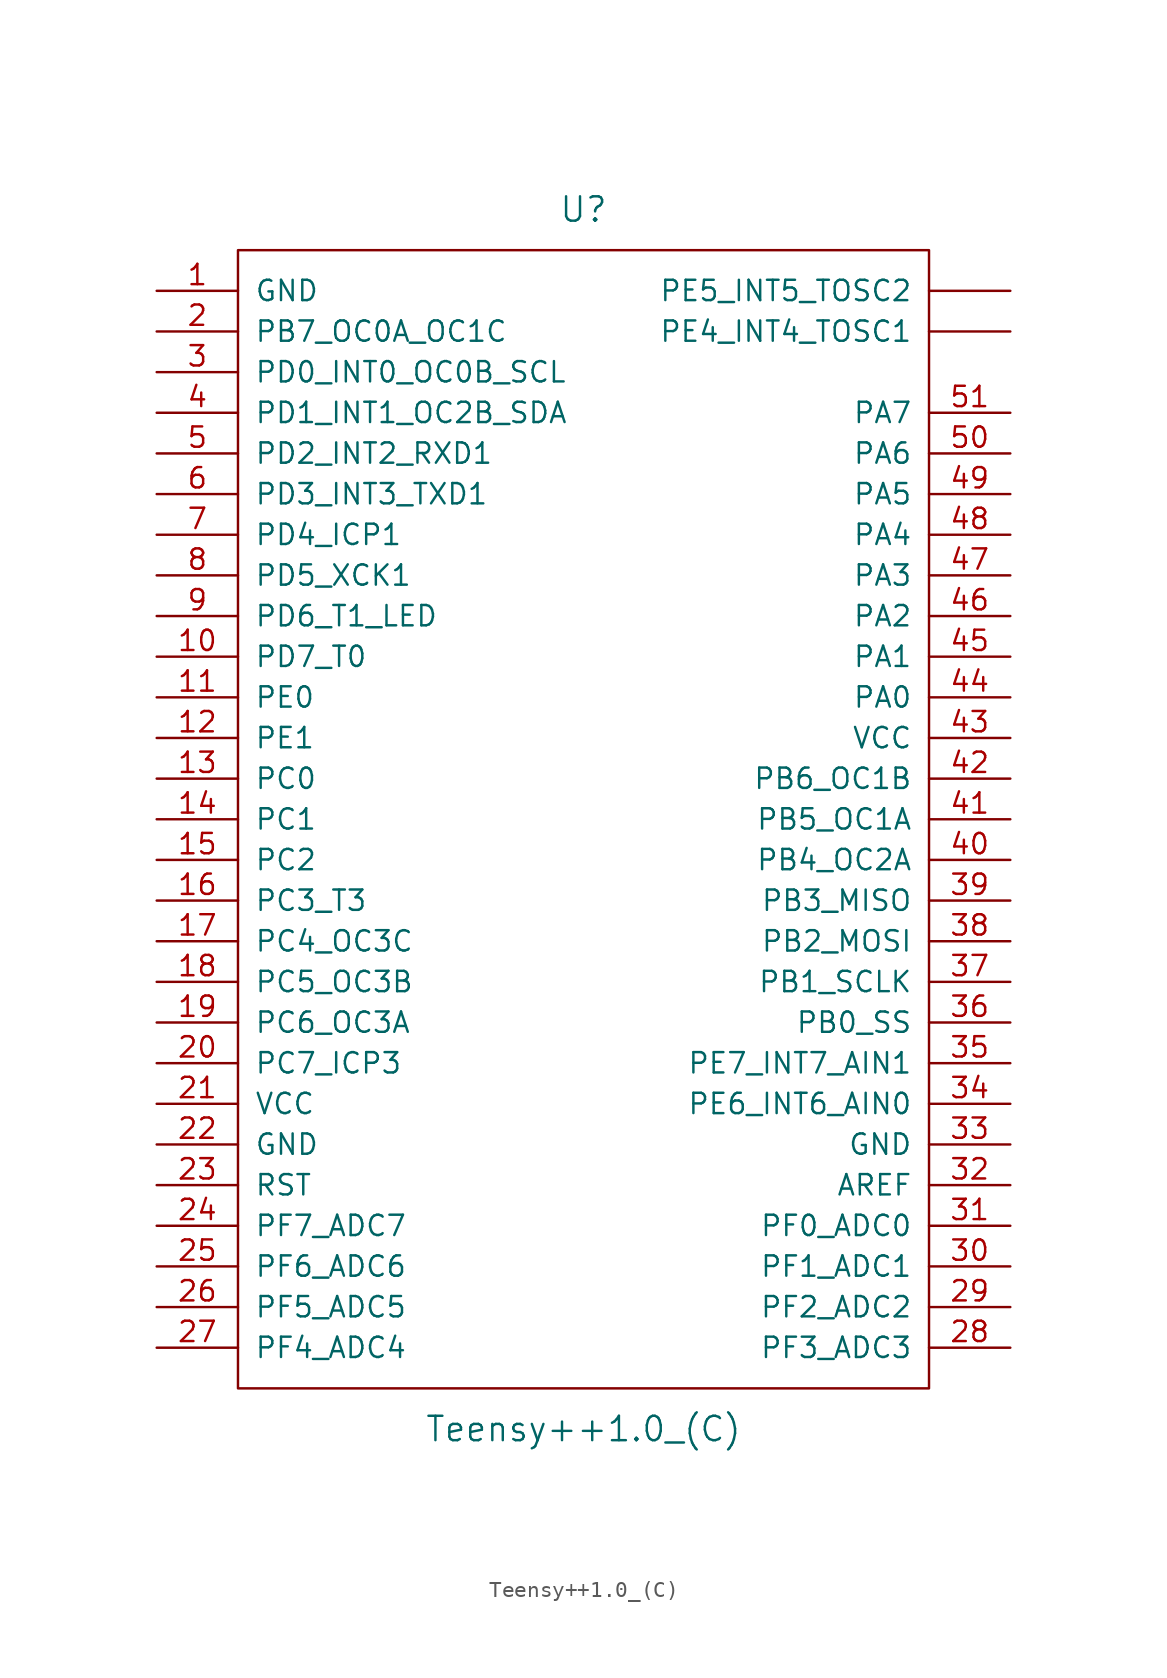
<source format=kicad_sym>
(kicad_symbol_lib
  (version 20241209)
  (generator "kicad_symbol_editor")
  (generator_version "9.0")
  (symbol "Teensy++1.0_(C)"
    (pin_names
      (offset 1.016))
    (property "Reference" "U"
      (at 0 38.1 0)
      (effects (font (size 1.524 1.524))))
    (property "Value" "Teensy++1.0_(C)"
      (at 0 -38.1 0)
      (effects (font (size 1.524 1.524))))
    (property "Footprint" ""
      (at 2.54 -20.32 0)
      (effects (font (size 1.524 1.524))))
    (property "Datasheet" ""
      (at 2.54 -20.32 0)
      (effects (font (size 1.524 1.524))))
    (symbol "Teensy++1.0_(C)_0_1"
      (rectangle (start -21.59 35.56) (end 21.59 -35.56) (stroke (width 0) (type solid)) (fill (type none))))
    (symbol "Teensy++1.0_(C)_1_1"
      (pin power_in line (at -26.67 33.02 0) (length 5.08) (name "GND" (effects (font (size 1.27 1.27)))) (number "1" (effects (font (size 1.27 1.27)))))
      (pin bidirectional line (at -26.67 30.48 0) (length 5.08) (name "PB7_OC0A_OC1C" (effects (font (size 1.27 1.27)))) (number "2" (effects (font (size 1.27 1.27)))))
      (pin bidirectional line (at -26.67 27.94 0) (length 5.08) (name "PD0_INT0_OC0B_SCL" (effects (font (size 1.27 1.27)))) (number "3" (effects (font (size 1.27 1.27)))))
      (pin bidirectional line (at -26.67 25.4 0) (length 5.08) (name "PD1_INT1_OC2B_SDA" (effects (font (size 1.27 1.27)))) (number "4" (effects (font (size 1.27 1.27)))))
      (pin bidirectional line (at -26.67 22.86 0) (length 5.08) (name "PD2_INT2_RXD1" (effects (font (size 1.27 1.27)))) (number "5" (effects (font (size 1.27 1.27)))))
      (pin bidirectional line (at -26.67 20.32 0) (length 5.08) (name "PD3_INT3_TXD1" (effects (font (size 1.27 1.27)))) (number "6" (effects (font (size 1.27 1.27)))))
      (pin bidirectional line (at -26.67 17.78 0) (length 5.08) (name "PD4_ICP1" (effects (font (size 1.27 1.27)))) (number "7" (effects (font (size 1.27 1.27)))))
      (pin bidirectional line (at -26.67 15.24 0) (length 5.08) (name "PD5_XCK1" (effects (font (size 1.27 1.27)))) (number "8" (effects (font (size 1.27 1.27)))))
      (pin bidirectional line (at -26.67 12.7 0) (length 5.08) (name "PD6_T1_LED" (effects (font (size 1.27 1.27)))) (number "9" (effects (font (size 1.27 1.27)))))
      (pin bidirectional line (at -26.67 10.16 0) (length 5.08) (name "PD7_T0" (effects (font (size 1.27 1.27)))) (number "10" (effects (font (size 1.27 1.27)))))
      (pin bidirectional line (at -26.67 7.62 0) (length 5.08) (name "PE0" (effects (font (size 1.27 1.27)))) (number "11" (effects (font (size 1.27 1.27)))))
      (pin bidirectional line (at -26.67 5.08 0) (length 5.08) (name "PE1" (effects (font (size 1.27 1.27)))) (number "12" (effects (font (size 1.27 1.27)))))
      (pin bidirectional line (at -26.67 2.54 0) (length 5.08) (name "PC0" (effects (font (size 1.27 1.27)))) (number "13" (effects (font (size 1.27 1.27)))))
      (pin bidirectional line (at -26.67 0 0) (length 5.08) (name "PC1" (effects (font (size 1.27 1.27)))) (number "14" (effects (font (size 1.27 1.27)))))
      (pin bidirectional line (at -26.67 -2.54 0) (length 5.08) (name "PC2" (effects (font (size 1.27 1.27)))) (number "15" (effects (font (size 1.27 1.27)))))
      (pin bidirectional line (at -26.67 -5.08 0) (length 5.08) (name "PC3_T3" (effects (font (size 1.27 1.27)))) (number "16" (effects (font (size 1.27 1.27)))))
      (pin bidirectional line (at -26.67 -7.62 0) (length 5.08) (name "PC4_OC3C" (effects (font (size 1.27 1.27)))) (number "17" (effects (font (size 1.27 1.27)))))
      (pin bidirectional line (at -26.67 -10.16 0) (length 5.08) (name "PC5_OC3B" (effects (font (size 1.27 1.27)))) (number "18" (effects (font (size 1.27 1.27)))))
      (pin bidirectional line (at -26.67 -12.7 0) (length 5.08) (name "PC6_OC3A" (effects (font (size 1.27 1.27)))) (number "19" (effects (font (size 1.27 1.27)))))
      (pin bidirectional line (at -26.67 -15.24 0) (length 5.08) (name "PC7_ICP3" (effects (font (size 1.27 1.27)))) (number "20" (effects (font (size 1.27 1.27)))))
      (pin power_in line (at -26.67 -17.78 0) (length 5.08) (name "VCC" (effects (font (size 1.27 1.27)))) (number "21" (effects (font (size 1.27 1.27)))))
      (pin power_in line (at -26.67 -20.32 0) (length 5.08) (name "GND" (effects (font (size 1.27 1.27)))) (number "22" (effects (font (size 1.27 1.27)))))
      (pin input line (at -26.67 -22.86 0) (length 5.08) (name "RST" (effects (font (size 1.27 1.27)))) (number "23" (effects (font (size 1.27 1.27)))))
      (pin bidirectional line (at -26.67 -25.4 0) (length 5.08) (name "PF7_ADC7" (effects (font (size 1.27 1.27)))) (number "24" (effects (font (size 1.27 1.27)))))
      (pin bidirectional line (at -26.67 -27.94 0) (length 5.08) (name "PF6_ADC6" (effects (font (size 1.27 1.27)))) (number "25" (effects (font (size 1.27 1.27)))))
      (pin bidirectional line (at -26.67 -30.48 0) (length 5.08) (name "PF5_ADC5" (effects (font (size 1.27 1.27)))) (number "26" (effects (font (size 1.27 1.27)))))
      (pin bidirectional line (at -26.67 -33.02 0) (length 5.08) (name "PF4_ADC4" (effects (font (size 1.27 1.27)))) (number "27" (effects (font (size 1.27 1.27)))))
      (pin bidirectional line (at 26.67 33.02 180) (length 5.08) (name "PE5_INT5_TOSC2" (effects (font (size 1.27 1.27)))) (number "~" (effects (font (size 1.27 1.27)))))
      (pin bidirectional line (at 26.67 30.48 180) (length 5.08) (name "PE4_INT4_TOSC1" (effects (font (size 1.27 1.27)))) (number "~" (effects (font (size 1.27 1.27)))))
      (pin bidirectional line (at 26.67 25.4 180) (length 5.08) (name "PA7" (effects (font (size 1.27 1.27)))) (number "51" (effects (font (size 1.27 1.27)))))
      (pin bidirectional line (at 26.67 22.86 180) (length 5.08) (name "PA6" (effects (font (size 1.27 1.27)))) (number "50" (effects (font (size 1.27 1.27)))))
      (pin bidirectional line (at 26.67 20.32 180) (length 5.08) (name "PA5" (effects (font (size 1.27 1.27)))) (number "49" (effects (font (size 1.27 1.27)))))
      (pin bidirectional line (at 26.67 17.78 180) (length 5.08) (name "PA4" (effects (font (size 1.27 1.27)))) (number "48" (effects (font (size 1.27 1.27)))))
      (pin bidirectional line (at 26.67 15.24 180) (length 5.08) (name "PA3" (effects (font (size 1.27 1.27)))) (number "47" (effects (font (size 1.27 1.27)))))
      (pin bidirectional line (at 26.67 12.7 180) (length 5.08) (name "PA2" (effects (font (size 1.27 1.27)))) (number "46" (effects (font (size 1.27 1.27)))))
      (pin bidirectional line (at 26.67 10.16 180) (length 5.08) (name "PA1" (effects (font (size 1.27 1.27)))) (number "45" (effects (font (size 1.27 1.27)))))
      (pin bidirectional line (at 26.67 7.62 180) (length 5.08) (name "PA0" (effects (font (size 1.27 1.27)))) (number "44" (effects (font (size 1.27 1.27)))))
      (pin power_in line (at 26.67 5.08 180) (length 5.08) (name "VCC" (effects (font (size 1.27 1.27)))) (number "43" (effects (font (size 1.27 1.27)))))
      (pin bidirectional line (at 26.67 2.54 180) (length 5.08) (name "PB6_OC1B" (effects (font (size 1.27 1.27)))) (number "42" (effects (font (size 1.27 1.27)))))
      (pin bidirectional line (at 26.67 0 180) (length 5.08) (name "PB5_OC1A" (effects (font (size 1.27 1.27)))) (number "41" (effects (font (size 1.27 1.27)))))
      (pin bidirectional line (at 26.67 -2.54 180) (length 5.08) (name "PB4_OC2A" (effects (font (size 1.27 1.27)))) (number "40" (effects (font (size 1.27 1.27)))))
      (pin bidirectional line (at 26.67 -5.08 180) (length 5.08) (name "PB3_MISO" (effects (font (size 1.27 1.27)))) (number "39" (effects (font (size 1.27 1.27)))))
      (pin bidirectional line (at 26.67 -7.62 180) (length 5.08) (name "PB2_MOSI" (effects (font (size 1.27 1.27)))) (number "38" (effects (font (size 1.27 1.27)))))
      (pin bidirectional line (at 26.67 -10.16 180) (length 5.08) (name "PB1_SCLK" (effects (font (size 1.27 1.27)))) (number "37" (effects (font (size 1.27 1.27)))))
      (pin bidirectional line (at 26.67 -12.7 180) (length 5.08) (name "PB0_SS" (effects (font (size 1.27 1.27)))) (number "36" (effects (font (size 1.27 1.27)))))
      (pin bidirectional line (at 26.67 -15.24 180) (length 5.08) (name "PE7_INT7_AIN1" (effects (font (size 1.27 1.27)))) (number "35" (effects (font (size 1.27 1.27)))))
      (pin bidirectional line (at 26.67 -17.78 180) (length 5.08) (name "PE6_INT6_AIN0" (effects (font (size 1.27 1.27)))) (number "34" (effects (font (size 1.27 1.27)))))
      (pin power_in line (at 26.67 -20.32 180) (length 5.08) (name "GND" (effects (font (size 1.27 1.27)))) (number "33" (effects (font (size 1.27 1.27)))))
      (pin input line (at 26.67 -22.86 180) (length 5.08) (name "AREF" (effects (font (size 1.27 1.27)))) (number "32" (effects (font (size 1.27 1.27)))))
      (pin bidirectional line (at 26.67 -25.4 180) (length 5.08) (name "PF0_ADC0" (effects (font (size 1.27 1.27)))) (number "31" (effects (font (size 1.27 1.27)))))
      (pin bidirectional line (at 26.67 -27.94 180) (length 5.08) (name "PF1_ADC1" (effects (font (size 1.27 1.27)))) (number "30" (effects (font (size 1.27 1.27)))))
      (pin bidirectional line (at 26.67 -30.48 180) (length 5.08) (name "PF2_ADC2" (effects (font (size 1.27 1.27)))) (number "29" (effects (font (size 1.27 1.27)))))
      (pin bidirectional line (at 26.67 -33.02 180) (length 5.08) (name "PF3_ADC3" (effects (font (size 1.27 1.27)))) (number "28" (effects (font (size 1.27 1.27))))))))
</source>
